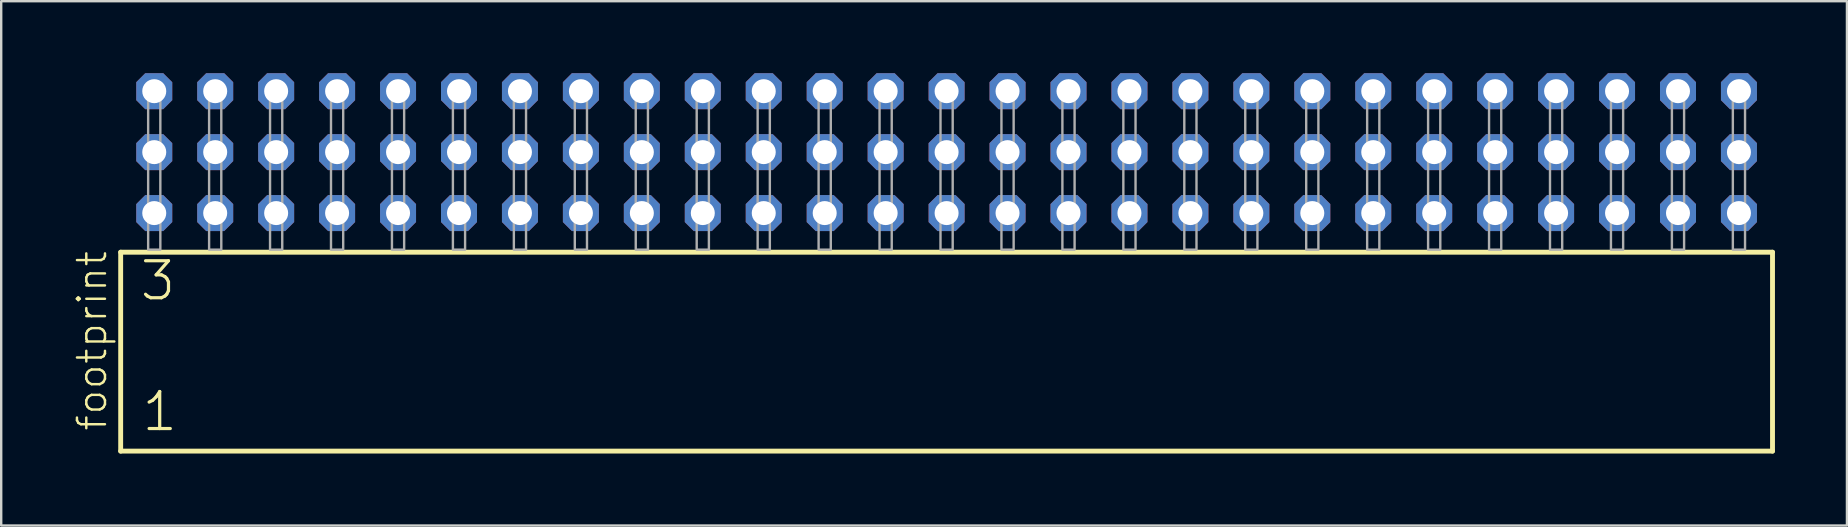
<source format=kicad_pcb>
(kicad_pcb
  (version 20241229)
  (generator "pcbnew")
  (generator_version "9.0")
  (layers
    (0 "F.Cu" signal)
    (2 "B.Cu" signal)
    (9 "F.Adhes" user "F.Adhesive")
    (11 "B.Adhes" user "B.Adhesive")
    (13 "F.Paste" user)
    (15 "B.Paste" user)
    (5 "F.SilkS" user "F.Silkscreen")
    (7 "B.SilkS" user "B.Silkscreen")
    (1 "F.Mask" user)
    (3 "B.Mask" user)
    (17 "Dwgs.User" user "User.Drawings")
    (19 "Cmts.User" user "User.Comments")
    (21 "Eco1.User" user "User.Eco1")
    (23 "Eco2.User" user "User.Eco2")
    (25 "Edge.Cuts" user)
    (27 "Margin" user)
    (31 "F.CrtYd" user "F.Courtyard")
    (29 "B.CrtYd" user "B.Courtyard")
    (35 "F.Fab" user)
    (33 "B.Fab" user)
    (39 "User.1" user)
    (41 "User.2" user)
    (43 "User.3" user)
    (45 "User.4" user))
  (footprint "footprint"
    (layer "F.Cu")
    (at 36.398 7.354)
    (property "Reference" "footprint" (at -34.925 7.62 90) (layer "F.SilkS") (effects (font (size 1.168 1.168) (thickness 0.102)) (justify left bottom)))
    (fp_line (start -34.419 0.106) (end -34.419 8.396) (stroke (width 0.203) (type solid)) (layer "F.SilkS"))
    (fp_line (start -34.419 8.396) (end 34.419 8.396) (stroke (width 0.203) (type solid)) (layer "F.SilkS"))
    (fp_line (start 34.419 0.106) (end -34.419 0.106) (stroke (width 0.203) (type solid)) (layer "F.SilkS"))
    (fp_line (start 34.419 8.396) (end 34.419 0.106) (stroke (width 0.203) (type solid)) (layer "F.SilkS"))
    (fp_poly (pts (xy -33.274 0) (xy -32.766 0) (xy -32.766 -6.858) (xy -33.274 -6.858)) (stroke (width 0.1) (type solid)) (fill no) (layer "F.Fab"))
    (fp_poly (pts (xy -30.734 0) (xy -30.226 0) (xy -30.226 -6.858) (xy -30.734 -6.858)) (stroke (width 0.1) (type solid)) (fill no) (layer "F.Fab"))
    (fp_poly (pts (xy -28.194 0) (xy -27.686 0) (xy -27.686 -6.858) (xy -28.194 -6.858)) (stroke (width 0.1) (type solid)) (fill no) (layer "F.Fab"))
    (fp_poly (pts (xy -25.654 0) (xy -25.146 0) (xy -25.146 -6.858) (xy -25.654 -6.858)) (stroke (width 0.1) (type solid)) (fill no) (layer "F.Fab"))
    (fp_poly (pts (xy -23.114 0) (xy -22.606 0) (xy -22.606 -6.858) (xy -23.114 -6.858)) (stroke (width 0.1) (type solid)) (fill no) (layer "F.Fab"))
    (fp_poly (pts (xy -20.574 0) (xy -20.066 0) (xy -20.066 -6.858) (xy -20.574 -6.858)) (stroke (width 0.1) (type solid)) (fill no) (layer "F.Fab"))
    (fp_poly (pts (xy -18.034 0) (xy -17.526 0) (xy -17.526 -6.858) (xy -18.034 -6.858)) (stroke (width 0.1) (type solid)) (fill no) (layer "F.Fab"))
    (fp_poly (pts (xy -15.494 0) (xy -14.986 0) (xy -14.986 -6.858) (xy -15.494 -6.858)) (stroke (width 0.1) (type solid)) (fill no) (layer "F.Fab"))
    (fp_poly (pts (xy -12.954 0) (xy -12.446 0) (xy -12.446 -6.858) (xy -12.954 -6.858)) (stroke (width 0.1) (type solid)) (fill no) (layer "F.Fab"))
    (fp_poly (pts (xy -10.414 0) (xy -9.906 0) (xy -9.906 -6.858) (xy -10.414 -6.858)) (stroke (width 0.1) (type solid)) (fill no) (layer "F.Fab"))
    (fp_poly (pts (xy -7.874 0) (xy -7.366 0) (xy -7.366 -6.858) (xy -7.874 -6.858)) (stroke (width 0.1) (type solid)) (fill no) (layer "F.Fab"))
    (fp_poly (pts (xy -5.334 0) (xy -4.826 0) (xy -4.826 -6.858) (xy -5.334 -6.858)) (stroke (width 0.1) (type solid)) (fill no) (layer "F.Fab"))
    (fp_poly (pts (xy -2.794 0) (xy -2.286 0) (xy -2.286 -6.858) (xy -2.794 -6.858)) (stroke (width 0.1) (type solid)) (fill no) (layer "F.Fab"))
    (fp_poly (pts (xy -0.254 0) (xy 0.254 0) (xy 0.254 -6.858) (xy -0.254 -6.858)) (stroke (width 0.1) (type solid)) (fill no) (layer "F.Fab"))
    (fp_poly (pts (xy 2.286 0) (xy 2.794 0) (xy 2.794 -6.858) (xy 2.286 -6.858)) (stroke (width 0.1) (type solid)) (fill no) (layer "F.Fab"))
    (fp_poly (pts (xy 4.826 0) (xy 5.334 0) (xy 5.334 -6.858) (xy 4.826 -6.858)) (stroke (width 0.1) (type solid)) (fill no) (layer "F.Fab"))
    (fp_poly (pts (xy 7.366 0) (xy 7.874 0) (xy 7.874 -6.858) (xy 7.366 -6.858)) (stroke (width 0.1) (type solid)) (fill no) (layer "F.Fab"))
    (fp_poly (pts (xy 9.906 0) (xy 10.414 0) (xy 10.414 -6.858) (xy 9.906 -6.858)) (stroke (width 0.1) (type solid)) (fill no) (layer "F.Fab"))
    (fp_poly (pts (xy 12.446 0) (xy 12.954 0) (xy 12.954 -6.858) (xy 12.446 -6.858)) (stroke (width 0.1) (type solid)) (fill no) (layer "F.Fab"))
    (fp_poly (pts (xy 14.986 0) (xy 15.494 0) (xy 15.494 -6.858) (xy 14.986 -6.858)) (stroke (width 0.1) (type solid)) (fill no) (layer "F.Fab"))
    (fp_poly (pts (xy 17.526 0) (xy 18.034 0) (xy 18.034 -6.858) (xy 17.526 -6.858)) (stroke (width 0.1) (type solid)) (fill no) (layer "F.Fab"))
    (fp_poly (pts (xy 20.066 0) (xy 20.574 0) (xy 20.574 -6.858) (xy 20.066 -6.858)) (stroke (width 0.1) (type solid)) (fill no) (layer "F.Fab"))
    (fp_poly (pts (xy 22.606 0) (xy 23.114 0) (xy 23.114 -6.858) (xy 22.606 -6.858)) (stroke (width 0.1) (type solid)) (fill no) (layer "F.Fab"))
    (fp_poly (pts (xy 25.146 0) (xy 25.654 0) (xy 25.654 -6.858) (xy 25.146 -6.858)) (stroke (width 0.1) (type solid)) (fill no) (layer "F.Fab"))
    (fp_poly (pts (xy 27.686 0) (xy 28.194 0) (xy 28.194 -6.858) (xy 27.686 -6.858)) (stroke (width 0.1) (type solid)) (fill no) (layer "F.Fab"))
    (fp_poly (pts (xy 30.226 0) (xy 30.734 0) (xy 30.734 -6.858) (xy 30.226 -6.858)) (stroke (width 0.1) (type solid)) (fill no) (layer "F.Fab"))
    (fp_poly (pts (xy 32.766 0) (xy 33.274 0) (xy 33.274 -6.858) (xy 32.766 -6.858)) (stroke (width 0.1) (type solid)) (fill no) (layer "F.Fab"))
    (fp_text user "3" (at -33.69 2.2 0) (layer "F.SilkS") (effects (font (size 1.542 1.542) (thickness 0.134)) (justify left bottom)))
    (fp_text user "1" (at -33.615 7.65 0) (layer "F.SilkS") (effects (font (size 1.542 1.542) (thickness 0.134)) (justify left bottom)))
    (pad "1" thru_hole roundrect (at -33.02 -1.524) (size 1.5 1.5) (drill 1) (layers "*.Cu" "*.Mask") (roundrect_rratio 0.25) (chamfer_ratio 0.25) (chamfer top_left top_right bottom_left bottom_right))
    (pad "2" thru_hole roundrect (at -33.02 -4.064) (size 1.5 1.5) (drill 1) (layers "*.Cu" "*.Mask") (roundrect_rratio 0.25) (chamfer_ratio 0.25) (chamfer top_left top_right bottom_left bottom_right))
    (pad "3" thru_hole roundrect (at -33.02 -6.604) (size 1.5 1.5) (drill 1) (layers "*.Cu" "*.Mask") (roundrect_rratio 0.25) (chamfer_ratio 0.25) (chamfer top_left top_right bottom_left bottom_right))
    (pad "4" thru_hole roundrect (at -30.48 -1.524) (size 1.5 1.5) (drill 1) (layers "*.Cu" "*.Mask") (roundrect_rratio 0.25) (chamfer_ratio 0.25) (chamfer top_left top_right bottom_left bottom_right))
    (pad "5" thru_hole roundrect (at -30.48 -4.064) (size 1.5 1.5) (drill 1) (layers "*.Cu" "*.Mask") (roundrect_rratio 0.25) (chamfer_ratio 0.25) (chamfer top_left top_right bottom_left bottom_right))
    (pad "6" thru_hole roundrect (at -30.48 -6.604) (size 1.5 1.5) (drill 1) (layers "*.Cu" "*.Mask") (roundrect_rratio 0.25) (chamfer_ratio 0.25) (chamfer top_left top_right bottom_left bottom_right))
    (pad "7" thru_hole roundrect (at -27.94 -1.524) (size 1.5 1.5) (drill 1) (layers "*.Cu" "*.Mask") (roundrect_rratio 0.25) (chamfer_ratio 0.25) (chamfer top_left top_right bottom_left bottom_right))
    (pad "8" thru_hole roundrect (at -27.94 -4.064) (size 1.5 1.5) (drill 1) (layers "*.Cu" "*.Mask") (roundrect_rratio 0.25) (chamfer_ratio 0.25) (chamfer top_left top_right bottom_left bottom_right))
    (pad "9" thru_hole roundrect (at -27.94 -6.604) (size 1.5 1.5) (drill 1) (layers "*.Cu" "*.Mask") (roundrect_rratio 0.25) (chamfer_ratio 0.25) (chamfer top_left top_right bottom_left bottom_right))
    (pad "10" thru_hole roundrect (at -25.4 -1.524) (size 1.5 1.5) (drill 1) (layers "*.Cu" "*.Mask") (roundrect_rratio 0.25) (chamfer_ratio 0.25) (chamfer top_left top_right bottom_left bottom_right))
    (pad "11" thru_hole roundrect (at -25.4 -4.064) (size 1.5 1.5) (drill 1) (layers "*.Cu" "*.Mask") (roundrect_rratio 0.25) (chamfer_ratio 0.25) (chamfer top_left top_right bottom_left bottom_right))
    (pad "12" thru_hole roundrect (at -25.4 -6.604) (size 1.5 1.5) (drill 1) (layers "*.Cu" "*.Mask") (roundrect_rratio 0.25) (chamfer_ratio 0.25) (chamfer top_left top_right bottom_left bottom_right))
    (pad "13" thru_hole roundrect (at -22.86 -1.524) (size 1.5 1.5) (drill 1) (layers "*.Cu" "*.Mask") (roundrect_rratio 0.25) (chamfer_ratio 0.25) (chamfer top_left top_right bottom_left bottom_right))
    (pad "14" thru_hole roundrect (at -22.86 -4.064) (size 1.5 1.5) (drill 1) (layers "*.Cu" "*.Mask") (roundrect_rratio 0.25) (chamfer_ratio 0.25) (chamfer top_left top_right bottom_left bottom_right))
    (pad "15" thru_hole roundrect (at -22.86 -6.604) (size 1.5 1.5) (drill 1) (layers "*.Cu" "*.Mask") (roundrect_rratio 0.25) (chamfer_ratio 0.25) (chamfer top_left top_right bottom_left bottom_right))
    (pad "16" thru_hole roundrect (at -20.32 -1.524) (size 1.5 1.5) (drill 1) (layers "*.Cu" "*.Mask") (roundrect_rratio 0.25) (chamfer_ratio 0.25) (chamfer top_left top_right bottom_left bottom_right))
    (pad "17" thru_hole roundrect (at -20.32 -4.064) (size 1.5 1.5) (drill 1) (layers "*.Cu" "*.Mask") (roundrect_rratio 0.25) (chamfer_ratio 0.25) (chamfer top_left top_right bottom_left bottom_right))
    (pad "18" thru_hole roundrect (at -20.32 -6.604) (size 1.5 1.5) (drill 1) (layers "*.Cu" "*.Mask") (roundrect_rratio 0.25) (chamfer_ratio 0.25) (chamfer top_left top_right bottom_left bottom_right))
    (pad "19" thru_hole roundrect (at -17.78 -1.524) (size 1.5 1.5) (drill 1) (layers "*.Cu" "*.Mask") (roundrect_rratio 0.25) (chamfer_ratio 0.25) (chamfer top_left top_right bottom_left bottom_right))
    (pad "20" thru_hole roundrect (at -17.78 -4.064) (size 1.5 1.5) (drill 1) (layers "*.Cu" "*.Mask") (roundrect_rratio 0.25) (chamfer_ratio 0.25) (chamfer top_left top_right bottom_left bottom_right))
    (pad "21" thru_hole roundrect (at -17.78 -6.604) (size 1.5 1.5) (drill 1) (layers "*.Cu" "*.Mask") (roundrect_rratio 0.25) (chamfer_ratio 0.25) (chamfer top_left top_right bottom_left bottom_right))
    (pad "22" thru_hole roundrect (at -15.24 -1.524) (size 1.5 1.5) (drill 1) (layers "*.Cu" "*.Mask") (roundrect_rratio 0.25) (chamfer_ratio 0.25) (chamfer top_left top_right bottom_left bottom_right))
    (pad "23" thru_hole roundrect (at -15.24 -4.064) (size 1.5 1.5) (drill 1) (layers "*.Cu" "*.Mask") (roundrect_rratio 0.25) (chamfer_ratio 0.25) (chamfer top_left top_right bottom_left bottom_right))
    (pad "24" thru_hole roundrect (at -15.24 -6.604) (size 1.5 1.5) (drill 1) (layers "*.Cu" "*.Mask") (roundrect_rratio 0.25) (chamfer_ratio 0.25) (chamfer top_left top_right bottom_left bottom_right))
    (pad "25" thru_hole roundrect (at -12.7 -1.524) (size 1.5 1.5) (drill 1) (layers "*.Cu" "*.Mask") (roundrect_rratio 0.25) (chamfer_ratio 0.25) (chamfer top_left top_right bottom_left bottom_right))
    (pad "26" thru_hole roundrect (at -12.7 -4.064) (size 1.5 1.5) (drill 1) (layers "*.Cu" "*.Mask") (roundrect_rratio 0.25) (chamfer_ratio 0.25) (chamfer top_left top_right bottom_left bottom_right))
    (pad "27" thru_hole roundrect (at -12.7 -6.604) (size 1.5 1.5) (drill 1) (layers "*.Cu" "*.Mask") (roundrect_rratio 0.25) (chamfer_ratio 0.25) (chamfer top_left top_right bottom_left bottom_right))
    (pad "28" thru_hole roundrect (at -10.16 -1.524) (size 1.5 1.5) (drill 1) (layers "*.Cu" "*.Mask") (roundrect_rratio 0.25) (chamfer_ratio 0.25) (chamfer top_left top_right bottom_left bottom_right))
    (pad "29" thru_hole roundrect (at -10.16 -4.064) (size 1.5 1.5) (drill 1) (layers "*.Cu" "*.Mask") (roundrect_rratio 0.25) (chamfer_ratio 0.25) (chamfer top_left top_right bottom_left bottom_right))
    (pad "30" thru_hole roundrect (at -10.16 -6.604) (size 1.5 1.5) (drill 1) (layers "*.Cu" "*.Mask") (roundrect_rratio 0.25) (chamfer_ratio 0.25) (chamfer top_left top_right bottom_left bottom_right))
    (pad "31" thru_hole roundrect (at -7.62 -1.524) (size 1.5 1.5) (drill 1) (layers "*.Cu" "*.Mask") (roundrect_rratio 0.25) (chamfer_ratio 0.25) (chamfer top_left top_right bottom_left bottom_right))
    (pad "32" thru_hole roundrect (at -7.62 -4.064) (size 1.5 1.5) (drill 1) (layers "*.Cu" "*.Mask") (roundrect_rratio 0.25) (chamfer_ratio 0.25) (chamfer top_left top_right bottom_left bottom_right))
    (pad "33" thru_hole roundrect (at -7.62 -6.604) (size 1.5 1.5) (drill 1) (layers "*.Cu" "*.Mask") (roundrect_rratio 0.25) (chamfer_ratio 0.25) (chamfer top_left top_right bottom_left bottom_right))
    (pad "34" thru_hole roundrect (at -5.08 -1.524) (size 1.5 1.5) (drill 1) (layers "*.Cu" "*.Mask") (roundrect_rratio 0.25) (chamfer_ratio 0.25) (chamfer top_left top_right bottom_left bottom_right))
    (pad "35" thru_hole roundrect (at -5.08 -4.064) (size 1.5 1.5) (drill 1) (layers "*.Cu" "*.Mask") (roundrect_rratio 0.25) (chamfer_ratio 0.25) (chamfer top_left top_right bottom_left bottom_right))
    (pad "36" thru_hole roundrect (at -5.08 -6.604) (size 1.5 1.5) (drill 1) (layers "*.Cu" "*.Mask") (roundrect_rratio 0.25) (chamfer_ratio 0.25) (chamfer top_left top_right bottom_left bottom_right))
    (pad "37" thru_hole roundrect (at -2.54 -1.524) (size 1.5 1.5) (drill 1) (layers "*.Cu" "*.Mask") (roundrect_rratio 0.25) (chamfer_ratio 0.25) (chamfer top_left top_right bottom_left bottom_right))
    (pad "38" thru_hole roundrect (at -2.54 -4.064) (size 1.5 1.5) (drill 1) (layers "*.Cu" "*.Mask") (roundrect_rratio 0.25) (chamfer_ratio 0.25) (chamfer top_left top_right bottom_left bottom_right))
    (pad "39" thru_hole roundrect (at -2.54 -6.604) (size 1.5 1.5) (drill 1) (layers "*.Cu" "*.Mask") (roundrect_rratio 0.25) (chamfer_ratio 0.25) (chamfer top_left top_right bottom_left bottom_right))
    (pad "40" thru_hole roundrect (at 0 -1.524) (size 1.5 1.5) (drill 1) (layers "*.Cu" "*.Mask") (roundrect_rratio 0.25) (chamfer_ratio 0.25) (chamfer top_left top_right bottom_left bottom_right))
    (pad "41" thru_hole roundrect (at 0 -4.064) (size 1.5 1.5) (drill 1) (layers "*.Cu" "*.Mask") (roundrect_rratio 0.25) (chamfer_ratio 0.25) (chamfer top_left top_right bottom_left bottom_right))
    (pad "42" thru_hole roundrect (at 0 -6.604) (size 1.5 1.5) (drill 1) (layers "*.Cu" "*.Mask") (roundrect_rratio 0.25) (chamfer_ratio 0.25) (chamfer top_left top_right bottom_left bottom_right))
    (pad "43" thru_hole roundrect (at 2.54 -1.524) (size 1.5 1.5) (drill 1) (layers "*.Cu" "*.Mask") (roundrect_rratio 0.25) (chamfer_ratio 0.25) (chamfer top_left top_right bottom_left bottom_right))
    (pad "44" thru_hole roundrect (at 2.54 -4.064) (size 1.5 1.5) (drill 1) (layers "*.Cu" "*.Mask") (roundrect_rratio 0.25) (chamfer_ratio 0.25) (chamfer top_left top_right bottom_left bottom_right))
    (pad "45" thru_hole roundrect (at 2.54 -6.604) (size 1.5 1.5) (drill 1) (layers "*.Cu" "*.Mask") (roundrect_rratio 0.25) (chamfer_ratio 0.25) (chamfer top_left top_right bottom_left bottom_right))
    (pad "46" thru_hole roundrect (at 5.08 -1.524) (size 1.5 1.5) (drill 1) (layers "*.Cu" "*.Mask") (roundrect_rratio 0.25) (chamfer_ratio 0.25) (chamfer top_left top_right bottom_left bottom_right))
    (pad "47" thru_hole roundrect (at 5.08 -4.064) (size 1.5 1.5) (drill 1) (layers "*.Cu" "*.Mask") (roundrect_rratio 0.25) (chamfer_ratio 0.25) (chamfer top_left top_right bottom_left bottom_right))
    (pad "48" thru_hole roundrect (at 5.08 -6.604) (size 1.5 1.5) (drill 1) (layers "*.Cu" "*.Mask") (roundrect_rratio 0.25) (chamfer_ratio 0.25) (chamfer top_left top_right bottom_left bottom_right))
    (pad "49" thru_hole roundrect (at 7.62 -1.524) (size 1.5 1.5) (drill 1) (layers "*.Cu" "*.Mask") (roundrect_rratio 0.25) (chamfer_ratio 0.25) (chamfer top_left top_right bottom_left bottom_right))
    (pad "50" thru_hole roundrect (at 7.62 -4.064) (size 1.5 1.5) (drill 1) (layers "*.Cu" "*.Mask") (roundrect_rratio 0.25) (chamfer_ratio 0.25) (chamfer top_left top_right bottom_left bottom_right))
    (pad "51" thru_hole roundrect (at 7.62 -6.604) (size 1.5 1.5) (drill 1) (layers "*.Cu" "*.Mask") (roundrect_rratio 0.25) (chamfer_ratio 0.25) (chamfer top_left top_right bottom_left bottom_right))
    (pad "52" thru_hole roundrect (at 10.16 -1.524) (size 1.5 1.5) (drill 1) (layers "*.Cu" "*.Mask") (roundrect_rratio 0.25) (chamfer_ratio 0.25) (chamfer top_left top_right bottom_left bottom_right))
    (pad "53" thru_hole roundrect (at 10.16 -4.064) (size 1.5 1.5) (drill 1) (layers "*.Cu" "*.Mask") (roundrect_rratio 0.25) (chamfer_ratio 0.25) (chamfer top_left top_right bottom_left bottom_right))
    (pad "54" thru_hole roundrect (at 10.16 -6.604) (size 1.5 1.5) (drill 1) (layers "*.Cu" "*.Mask") (roundrect_rratio 0.25) (chamfer_ratio 0.25) (chamfer top_left top_right bottom_left bottom_right))
    (pad "55" thru_hole roundrect (at 12.7 -1.524) (size 1.5 1.5) (drill 1) (layers "*.Cu" "*.Mask") (roundrect_rratio 0.25) (chamfer_ratio 0.25) (chamfer top_left top_right bottom_left bottom_right))
    (pad "56" thru_hole roundrect (at 12.7 -4.064) (size 1.5 1.5) (drill 1) (layers "*.Cu" "*.Mask") (roundrect_rratio 0.25) (chamfer_ratio 0.25) (chamfer top_left top_right bottom_left bottom_right))
    (pad "57" thru_hole roundrect (at 12.7 -6.604) (size 1.5 1.5) (drill 1) (layers "*.Cu" "*.Mask") (roundrect_rratio 0.25) (chamfer_ratio 0.25) (chamfer top_left top_right bottom_left bottom_right))
    (pad "58" thru_hole roundrect (at 15.24 -1.524) (size 1.5 1.5) (drill 1) (layers "*.Cu" "*.Mask") (roundrect_rratio 0.25) (chamfer_ratio 0.25) (chamfer top_left top_right bottom_left bottom_right))
    (pad "59" thru_hole roundrect (at 15.24 -4.064) (size 1.5 1.5) (drill 1) (layers "*.Cu" "*.Mask") (roundrect_rratio 0.25) (chamfer_ratio 0.25) (chamfer top_left top_right bottom_left bottom_right))
    (pad "60" thru_hole roundrect (at 15.24 -6.604) (size 1.5 1.5) (drill 1) (layers "*.Cu" "*.Mask") (roundrect_rratio 0.25) (chamfer_ratio 0.25) (chamfer top_left top_right bottom_left bottom_right))
    (pad "61" thru_hole roundrect (at 17.78 -1.524) (size 1.5 1.5) (drill 1) (layers "*.Cu" "*.Mask") (roundrect_rratio 0.25) (chamfer_ratio 0.25) (chamfer top_left top_right bottom_left bottom_right))
    (pad "62" thru_hole roundrect (at 17.78 -4.064) (size 1.5 1.5) (drill 1) (layers "*.Cu" "*.Mask") (roundrect_rratio 0.25) (chamfer_ratio 0.25) (chamfer top_left top_right bottom_left bottom_right))
    (pad "63" thru_hole roundrect (at 17.78 -6.604) (size 1.5 1.5) (drill 1) (layers "*.Cu" "*.Mask") (roundrect_rratio 0.25) (chamfer_ratio 0.25) (chamfer top_left top_right bottom_left bottom_right))
    (pad "64" thru_hole roundrect (at 20.32 -1.524) (size 1.5 1.5) (drill 1) (layers "*.Cu" "*.Mask") (roundrect_rratio 0.25) (chamfer_ratio 0.25) (chamfer top_left top_right bottom_left bottom_right))
    (pad "65" thru_hole roundrect (at 20.32 -4.064) (size 1.5 1.5) (drill 1) (layers "*.Cu" "*.Mask") (roundrect_rratio 0.25) (chamfer_ratio 0.25) (chamfer top_left top_right bottom_left bottom_right))
    (pad "66" thru_hole roundrect (at 20.32 -6.604) (size 1.5 1.5) (drill 1) (layers "*.Cu" "*.Mask") (roundrect_rratio 0.25) (chamfer_ratio 0.25) (chamfer top_left top_right bottom_left bottom_right))
    (pad "67" thru_hole roundrect (at 22.86 -1.524) (size 1.5 1.5) (drill 1) (layers "*.Cu" "*.Mask") (roundrect_rratio 0.25) (chamfer_ratio 0.25) (chamfer top_left top_right bottom_left bottom_right))
    (pad "68" thru_hole roundrect (at 22.86 -4.064) (size 1.5 1.5) (drill 1) (layers "*.Cu" "*.Mask") (roundrect_rratio 0.25) (chamfer_ratio 0.25) (chamfer top_left top_right bottom_left bottom_right))
    (pad "69" thru_hole roundrect (at 22.86 -6.604) (size 1.5 1.5) (drill 1) (layers "*.Cu" "*.Mask") (roundrect_rratio 0.25) (chamfer_ratio 0.25) (chamfer top_left top_right bottom_left bottom_right))
    (pad "70" thru_hole roundrect (at 25.4 -1.524) (size 1.5 1.5) (drill 1) (layers "*.Cu" "*.Mask") (roundrect_rratio 0.25) (chamfer_ratio 0.25) (chamfer top_left top_right bottom_left bottom_right))
    (pad "71" thru_hole roundrect (at 25.4 -4.064) (size 1.5 1.5) (drill 1) (layers "*.Cu" "*.Mask") (roundrect_rratio 0.25) (chamfer_ratio 0.25) (chamfer top_left top_right bottom_left bottom_right))
    (pad "72" thru_hole roundrect (at 25.4 -6.604) (size 1.5 1.5) (drill 1) (layers "*.Cu" "*.Mask") (roundrect_rratio 0.25) (chamfer_ratio 0.25) (chamfer top_left top_right bottom_left bottom_right))
    (pad "73" thru_hole roundrect (at 27.94 -1.524) (size 1.5 1.5) (drill 1) (layers "*.Cu" "*.Mask") (roundrect_rratio 0.25) (chamfer_ratio 0.25) (chamfer top_left top_right bottom_left bottom_right))
    (pad "74" thru_hole roundrect (at 27.94 -4.064) (size 1.5 1.5) (drill 1) (layers "*.Cu" "*.Mask") (roundrect_rratio 0.25) (chamfer_ratio 0.25) (chamfer top_left top_right bottom_left bottom_right))
    (pad "75" thru_hole roundrect (at 27.94 -6.604) (size 1.5 1.5) (drill 1) (layers "*.Cu" "*.Mask") (roundrect_rratio 0.25) (chamfer_ratio 0.25) (chamfer top_left top_right bottom_left bottom_right))
    (pad "76" thru_hole roundrect (at 30.48 -1.524) (size 1.5 1.5) (drill 1) (layers "*.Cu" "*.Mask") (roundrect_rratio 0.25) (chamfer_ratio 0.25) (chamfer top_left top_right bottom_left bottom_right))
    (pad "77" thru_hole roundrect (at 30.48 -4.064) (size 1.5 1.5) (drill 1) (layers "*.Cu" "*.Mask") (roundrect_rratio 0.25) (chamfer_ratio 0.25) (chamfer top_left top_right bottom_left bottom_right))
    (pad "78" thru_hole roundrect (at 30.48 -6.604) (size 1.5 1.5) (drill 1) (layers "*.Cu" "*.Mask") (roundrect_rratio 0.25) (chamfer_ratio 0.25) (chamfer top_left top_right bottom_left bottom_right))
    (pad "79" thru_hole roundrect (at 33.02 -1.524) (size 1.5 1.5) (drill 1) (layers "*.Cu" "*.Mask") (roundrect_rratio 0.25) (chamfer_ratio 0.25) (chamfer top_left top_right bottom_left bottom_right))
    (pad "80" thru_hole roundrect (at 33.02 -4.064) (size 1.5 1.5) (drill 1) (layers "*.Cu" "*.Mask") (roundrect_rratio 0.25) (chamfer_ratio 0.25) (chamfer top_left top_right bottom_left bottom_right))
    (pad "81" thru_hole roundrect (at 33.02 -6.604) (size 1.5 1.5) (drill 1) (layers "*.Cu" "*.Mask") (roundrect_rratio 0.25) (chamfer_ratio 0.25) (chamfer top_left top_right bottom_left bottom_right)))
  (gr_rect
    (start -3 -3)
    (end 73.919 18.852)
    (stroke (width 0.1) (type default))
    (fill no)
    (layer "Edge.Cuts")))
</source>
